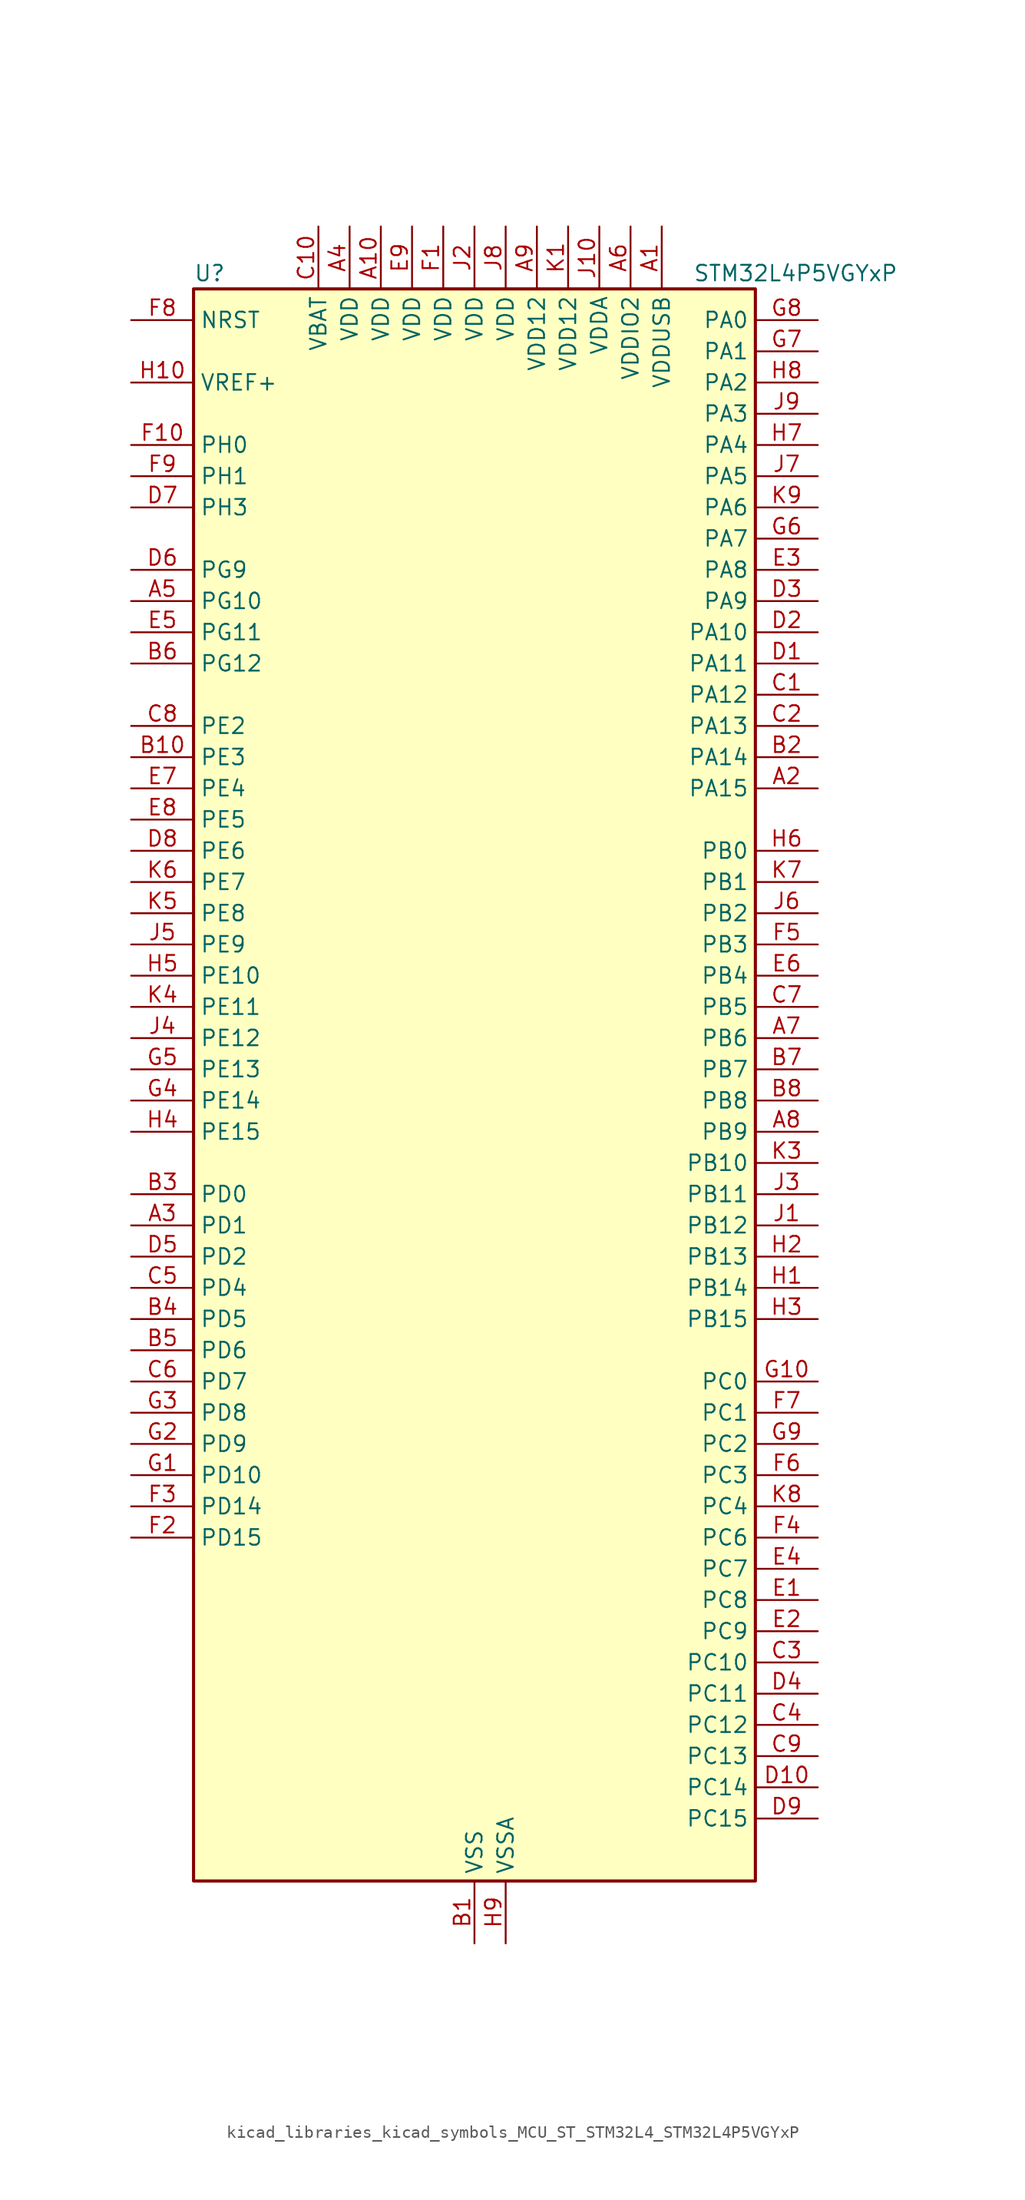
<source format=kicad_sym>
(kicad_symbol_lib
  (version 20220914)
  (generator kicad_symbol_editor)
  (symbol "kicad_libraries_kicad_symbols_MCU_ST_STM32L4_STM32L4P5VGYxP"
    (property "Reference" "U"
      (at -22.86 67.31 0)
      (effects (font (size 1.27 1.27)) (justify left)))
    (property "Value" "STM32L4P5VGYxP"
      (at 17.78 67.31 0)
      (effects (font (size 1.27 1.27)) (justify left)))
    (property "ki_locked" ""
      (at 0 0 0)
      (effects (font (size 1.27 1.27))))
    (symbol "kicad_libraries_kicad_symbols_MCU_ST_STM32L4_STM32L4P5VGYxP_0_1"
      (rectangle (start -22.86 -63.5) (end 22.86 66.04) (stroke (width 0.254) (type default)) (fill (type background))))
    (symbol "kicad_libraries_kicad_symbols_MCU_ST_STM32L4_STM32L4P5VGYxP_1_1"
      (pin power_in line (at 15.24 71.12 270) (length 5.08) (name "VDDUSB" (effects (font (size 1.27 1.27)))) (number "A1" (effects (font (size 1.27 1.27)))))
      (pin power_in line (at -7.62 71.12 270) (length 5.08) (name "VDD" (effects (font (size 1.27 1.27)))) (number "A10" (effects (font (size 1.27 1.27)))))
      (pin bidirectional line (at 27.94 25.4 180) (length 5.08) (name "PA15" (effects (font (size 1.27 1.27)))) (number "A2" (effects (font (size 1.27 1.27)))) (alternate "ADC1_EXTI15" bidirectional line) (alternate "ADC2_EXTI15" bidirectional line) (alternate "LTDC_HSYNC" bidirectional line) (alternate "SAI2_FS_B" bidirectional line) (alternate "SPI1_NSS" bidirectional line) (alternate "SPI3_NSS" bidirectional line) (alternate "SYS_JTDI" bidirectional line) (alternate "TIM2_CH1" bidirectional line) (alternate "TIM2_ETR" bidirectional line) (alternate "TSC_G3_IO1" bidirectional line) (alternate "UART4_DE" bidirectional line) (alternate "UART4_RTS" bidirectional line) (alternate "USART2_RX" bidirectional line) (alternate "USART3_DE" bidirectional line) (alternate "USART3_RTS" bidirectional line))
      (pin bidirectional line (at -27.94 -10.16 0) (length 5.08) (name "PD1" (effects (font (size 1.27 1.27)))) (number "A3" (effects (font (size 1.27 1.27)))) (alternate "CAN1_TX" bidirectional line) (alternate "FMC_D3" bidirectional line) (alternate "FMC_DA3" bidirectional line) (alternate "LTDC_B5" bidirectional line) (alternate "SPI2_SCK" bidirectional line))
      (pin power_in line (at -10.16 71.12 270) (length 5.08) (name "VDD" (effects (font (size 1.27 1.27)))) (number "A4" (effects (font (size 1.27 1.27)))))
      (pin bidirectional line (at -27.94 40.64 0) (length 5.08) (name "PG10" (effects (font (size 1.27 1.27)))) (number "A5" (effects (font (size 1.27 1.27)))) (alternate "FMC_NE3" bidirectional line) (alternate "LPTIM1_IN1" bidirectional line) (alternate "OCTOSPIM_P2_IO7" bidirectional line) (alternate "SAI2_FS_A" bidirectional line) (alternate "SDMMC2_D1" bidirectional line) (alternate "SPI3_MISO" bidirectional line) (alternate "TIM15_CH1" bidirectional line) (alternate "USART1_RX" bidirectional line))
      (pin power_in line (at 12.7 71.12 270) (length 5.08) (name "VDDIO2" (effects (font (size 1.27 1.27)))) (number "A6" (effects (font (size 1.27 1.27)))))
      (pin bidirectional line (at 27.94 5.08 180) (length 5.08) (name "PB6" (effects (font (size 1.27 1.27)))) (number "A7" (effects (font (size 1.27 1.27)))) (alternate "COMP2_INP" bidirectional line) (alternate "DCMI_D5" bidirectional line) (alternate "I2C1_SCL" bidirectional line) (alternate "I2C4_SCL" bidirectional line) (alternate "LPTIM1_ETR" bidirectional line) (alternate "LTDC_R6" bidirectional line) (alternate "PSSI_D5" bidirectional line) (alternate "SAI1_FS_B" bidirectional line) (alternate "TIM16_CH1N" bidirectional line) (alternate "TIM4_CH1" bidirectional line) (alternate "TIM8_BKIN2" bidirectional line) (alternate "TSC_G2_IO3" bidirectional line) (alternate "USART1_TX" bidirectional line))
      (pin bidirectional line (at 27.94 -2.54 180) (length 5.08) (name "PB9" (effects (font (size 1.27 1.27)))) (number "A8" (effects (font (size 1.27 1.27)))) (alternate "CAN1_TX" bidirectional line) (alternate "DAC1_EXTI9" bidirectional line) (alternate "DCMI_D7" bidirectional line) (alternate "I2C1_SDA" bidirectional line) (alternate "IR_OUT" bidirectional line) (alternate "PSSI_D7" bidirectional line) (alternate "SAI1_D2" bidirectional line) (alternate "SAI1_FS_A" bidirectional line) (alternate "SDMMC1_CDIR" bidirectional line) (alternate "SDMMC1_D5" bidirectional line) (alternate "SDMMC2_D5" bidirectional line) (alternate "SPI2_NSS" bidirectional line) (alternate "TIM17_CH1" bidirectional line) (alternate "TIM4_CH4" bidirectional line))
      (pin power_in line (at 5.08 71.12 270) (length 5.08) (name "VDD12" (effects (font (size 1.27 1.27)))) (number "A9" (effects (font (size 1.27 1.27)))))
      (pin power_in line (at 0 -68.58 90) (length 5.08) (name "VSS" (effects (font (size 1.27 1.27)))) (number "B1" (effects (font (size 1.27 1.27)))))
      (pin bidirectional line (at -27.94 27.94 0) (length 5.08) (name "PE3" (effects (font (size 1.27 1.27)))) (number "B10" (effects (font (size 1.27 1.27)))) (alternate "FMC_A19" bidirectional line) (alternate "LTDC_R6" bidirectional line) (alternate "OCTOSPIM_P1_DQS" bidirectional line) (alternate "SAI1_SD_B" bidirectional line) (alternate "SYS_TRACED0" bidirectional line) (alternate "TIM3_CH1" bidirectional line) (alternate "TSC_G7_IO2" bidirectional line))
      (pin bidirectional line (at 27.94 27.94 180) (length 5.08) (name "PA14" (effects (font (size 1.27 1.27)))) (number "B2" (effects (font (size 1.27 1.27)))) (alternate "I2C1_SMBA" bidirectional line) (alternate "I2C4_SMBA" bidirectional line) (alternate "LPTIM1_OUT" bidirectional line) (alternate "SAI1_FS_B" bidirectional line) (alternate "SYS_JTCK-SWCLK" bidirectional line) (alternate "USB_OTG_FS_SOF" bidirectional line))
      (pin bidirectional line (at -27.94 -7.62 0) (length 5.08) (name "PD0" (effects (font (size 1.27 1.27)))) (number "B3" (effects (font (size 1.27 1.27)))) (alternate "CAN1_RX" bidirectional line) (alternate "FMC_D2" bidirectional line) (alternate "FMC_DA2" bidirectional line) (alternate "LTDC_B4" bidirectional line) (alternate "SPI2_NSS" bidirectional line))
      (pin bidirectional line (at -27.94 -17.78 0) (length 5.08) (name "PD5" (effects (font (size 1.27 1.27)))) (number "B4" (effects (font (size 1.27 1.27)))) (alternate "FMC_NWE" bidirectional line) (alternate "OCTOSPIM_P1_IO5" bidirectional line) (alternate "USART2_TX" bidirectional line))
      (pin bidirectional line (at -27.94 -20.32 0) (length 5.08) (name "PD6" (effects (font (size 1.27 1.27)))) (number "B5" (effects (font (size 1.27 1.27)))) (alternate "DCMI_D10" bidirectional line) (alternate "DFSDM1_DATIN1" bidirectional line) (alternate "FMC_NWAIT" bidirectional line) (alternate "LTDC_DE" bidirectional line) (alternate "OCTOSPIM_P1_IO6" bidirectional line) (alternate "PSSI_D10" bidirectional line) (alternate "SAI1_D1" bidirectional line) (alternate "SAI1_SD_A" bidirectional line) (alternate "SDMMC2_CK" bidirectional line) (alternate "SPI3_MOSI" bidirectional line) (alternate "USART2_RX" bidirectional line))
      (pin bidirectional line (at -27.94 35.56 0) (length 5.08) (name "PG12" (effects (font (size 1.27 1.27)))) (number "B6" (effects (font (size 1.27 1.27)))) (alternate "FMC_NE4" bidirectional line) (alternate "LPTIM1_ETR" bidirectional line) (alternate "OCTOSPIM_P2_NCS" bidirectional line) (alternate "SAI2_SD_A" bidirectional line) (alternate "SDMMC2_D3" bidirectional line) (alternate "SPI3_NSS" bidirectional line) (alternate "USART1_DE" bidirectional line) (alternate "USART1_RTS" bidirectional line))
      (pin bidirectional line (at 27.94 2.54 180) (length 5.08) (name "PB7" (effects (font (size 1.27 1.27)))) (number "B7" (effects (font (size 1.27 1.27)))) (alternate "COMP2_INM" bidirectional line) (alternate "DCMI_VSYNC" bidirectional line) (alternate "FMC_NL" bidirectional line) (alternate "I2C1_SDA" bidirectional line) (alternate "I2C4_SDA" bidirectional line) (alternate "LPTIM1_IN2" bidirectional line) (alternate "LTDC_VSYNC" bidirectional line) (alternate "PSSI_RDY" bidirectional line) (alternate "SYS_PVD_IN" bidirectional line) (alternate "TIM17_CH1N" bidirectional line) (alternate "TIM4_CH2" bidirectional line) (alternate "TIM8_BKIN" bidirectional line) (alternate "TSC_G2_IO4" bidirectional line) (alternate "UART4_CTS" bidirectional line) (alternate "USART1_RX" bidirectional line))
      (pin bidirectional line (at 27.94 0 180) (length 5.08) (name "PB8" (effects (font (size 1.27 1.27)))) (number "B8" (effects (font (size 1.27 1.27)))) (alternate "CAN1_RX" bidirectional line) (alternate "DCMI_D6" bidirectional line) (alternate "DFSDM1_CKOUT" bidirectional line) (alternate "I2C1_SCL" bidirectional line) (alternate "LTDC_DE" bidirectional line) (alternate "PSSI_D6" bidirectional line) (alternate "SAI1_CK1" bidirectional line) (alternate "SAI1_MCLK_A" bidirectional line) (alternate "SDMMC1_CKIN" bidirectional line) (alternate "SDMMC1_D4" bidirectional line) (alternate "SDMMC2_D4" bidirectional line) (alternate "TIM16_CH1" bidirectional line) (alternate "TIM4_CH3" bidirectional line))
      (pin passive line (at 0 -68.58 90) (length 5.08) hide (name "VSS" (effects (font (size 1.27 1.27)))) (number "B9" (effects (font (size 1.27 1.27)))))
      (pin bidirectional line (at 27.94 33.02 180) (length 5.08) (name "PA12" (effects (font (size 1.27 1.27)))) (number "C1" (effects (font (size 1.27 1.27)))) (alternate "CAN1_TX" bidirectional line) (alternate "LTDC_VSYNC" bidirectional line) (alternate "OCTOSPIM_P2_NCS" bidirectional line) (alternate "SPI1_MOSI" bidirectional line) (alternate "TIM1_ETR" bidirectional line) (alternate "USART1_DE" bidirectional line) (alternate "USART1_RTS" bidirectional line) (alternate "USB_OTG_FS_DP" bidirectional line))
      (pin power_in line (at -12.7 71.12 270) (length 5.08) (name "VBAT" (effects (font (size 1.27 1.27)))) (number "C10" (effects (font (size 1.27 1.27)))))
      (pin bidirectional line (at 27.94 30.48 180) (length 5.08) (name "PA13" (effects (font (size 1.27 1.27)))) (number "C2" (effects (font (size 1.27 1.27)))) (alternate "IR_OUT" bidirectional line) (alternate "SAI1_SD_B" bidirectional line) (alternate "SYS_JTMS-SWDIO" bidirectional line) (alternate "USB_OTG_FS_NOE" bidirectional line))
      (pin bidirectional line (at 27.94 -45.72 180) (length 5.08) (name "PC10" (effects (font (size 1.27 1.27)))) (number "C3" (effects (font (size 1.27 1.27)))) (alternate "DCMI_D8" bidirectional line) (alternate "DCMI_VSYNC" bidirectional line) (alternate "PSSI_D8" bidirectional line) (alternate "PSSI_RDY" bidirectional line) (alternate "SAI2_SCK_B" bidirectional line) (alternate "SDMMC1_D2" bidirectional line) (alternate "SPI3_SCK" bidirectional line) (alternate "SYS_TRACED1" bidirectional line) (alternate "TSC_G3_IO2" bidirectional line) (alternate "UART4_TX" bidirectional line) (alternate "USART3_TX" bidirectional line))
      (pin bidirectional line (at 27.94 -50.8 180) (length 5.08) (name "PC12" (effects (font (size 1.27 1.27)))) (number "C4" (effects (font (size 1.27 1.27)))) (alternate "DCMI_D9" bidirectional line) (alternate "LTDC_R6" bidirectional line) (alternate "PSSI_D9" bidirectional line) (alternate "SAI2_SD_B" bidirectional line) (alternate "SDMMC1_CK" bidirectional line) (alternate "SPI3_MOSI" bidirectional line) (alternate "SYS_TRACED3" bidirectional line) (alternate "TSC_G3_IO4" bidirectional line) (alternate "UART5_TX" bidirectional line) (alternate "USART3_CK" bidirectional line))
      (pin bidirectional line (at -27.94 -15.24 0) (length 5.08) (name "PD4" (effects (font (size 1.27 1.27)))) (number "C5" (effects (font (size 1.27 1.27)))) (alternate "DFSDM1_CKIN0" bidirectional line) (alternate "FMC_NOE" bidirectional line) (alternate "OCTOSPIM_P1_IO4" bidirectional line) (alternate "SDMMC2_CKIN" bidirectional line) (alternate "SPI2_MOSI" bidirectional line) (alternate "USART2_DE" bidirectional line) (alternate "USART2_RTS" bidirectional line))
      (pin bidirectional line (at -27.94 -22.86 0) (length 5.08) (name "PD7" (effects (font (size 1.27 1.27)))) (number "C6" (effects (font (size 1.27 1.27)))) (alternate "DFSDM1_CKIN1" bidirectional line) (alternate "FMC_NCE" bidirectional line) (alternate "FMC_NE1" bidirectional line) (alternate "OCTOSPIM_P1_IO7" bidirectional line) (alternate "SDMMC2_CMD" bidirectional line) (alternate "USART2_CK" bidirectional line))
      (pin bidirectional line (at 27.94 7.62 180) (length 5.08) (name "PB5" (effects (font (size 1.27 1.27)))) (number "C7" (effects (font (size 1.27 1.27)))) (alternate "COMP2_OUT" bidirectional line) (alternate "DCMI_D10" bidirectional line) (alternate "I2C1_SMBA" bidirectional line) (alternate "LPTIM1_IN1" bidirectional line) (alternate "OCTOSPIM_P1_IO0" bidirectional line) (alternate "PSSI_D10" bidirectional line) (alternate "SAI1_SD_B" bidirectional line) (alternate "SPI1_MOSI" bidirectional line) (alternate "SPI3_MOSI" bidirectional line) (alternate "TIM16_BKIN" bidirectional line) (alternate "TIM3_CH2" bidirectional line) (alternate "TSC_G2_IO2" bidirectional line) (alternate "UART5_CTS" bidirectional line) (alternate "USART1_CK" bidirectional line))
      (pin bidirectional line (at -27.94 30.48 0) (length 5.08) (name "PE2" (effects (font (size 1.27 1.27)))) (number "C8" (effects (font (size 1.27 1.27)))) (alternate "FMC_A23" bidirectional line) (alternate "LTDC_R7" bidirectional line) (alternate "SAI1_CK1" bidirectional line) (alternate "SAI1_MCLK_A" bidirectional line) (alternate "SYS_TRACECLK" bidirectional line) (alternate "TIM3_ETR" bidirectional line) (alternate "TSC_G7_IO1" bidirectional line))
      (pin bidirectional line (at 27.94 -53.34 180) (length 5.08) (name "PC13" (effects (font (size 1.27 1.27)))) (number "C9" (effects (font (size 1.27 1.27)))) (alternate "RTC_OUT1" bidirectional line) (alternate "RTC_TAMP1" bidirectional line) (alternate "RTC_TS" bidirectional line) (alternate "SYS_WKUP2" bidirectional line))
      (pin bidirectional line (at 27.94 35.56 180) (length 5.08) (name "PA11" (effects (font (size 1.27 1.27)))) (number "D1" (effects (font (size 1.27 1.27)))) (alternate "ADC1_EXTI11" bidirectional line) (alternate "ADC2_EXTI11" bidirectional line) (alternate "CAN1_RX" bidirectional line) (alternate "LTDC_DE" bidirectional line) (alternate "SPI1_MISO" bidirectional line) (alternate "TIM1_BKIN2" bidirectional line) (alternate "TIM1_CH4" bidirectional line) (alternate "USART1_CTS" bidirectional line) (alternate "USART1_NSS" bidirectional line) (alternate "USB_OTG_FS_DM" bidirectional line))
      (pin bidirectional line (at 27.94 -55.88 180) (length 5.08) (name "PC14" (effects (font (size 1.27 1.27)))) (number "D10" (effects (font (size 1.27 1.27)))) (alternate "RCC_OSC32_IN" bidirectional line))
      (pin bidirectional line (at 27.94 38.1 180) (length 5.08) (name "PA10" (effects (font (size 1.27 1.27)))) (number "D2" (effects (font (size 1.27 1.27)))) (alternate "DCMI_D1" bidirectional line) (alternate "LTDC_G6" bidirectional line) (alternate "PSSI_D1" bidirectional line) (alternate "SAI1_D1" bidirectional line) (alternate "SAI1_SD_A" bidirectional line) (alternate "TIM17_BKIN" bidirectional line) (alternate "TIM1_CH3" bidirectional line) (alternate "USART1_RX" bidirectional line) (alternate "USB_OTG_FS_ID" bidirectional line))
      (pin bidirectional line (at 27.94 40.64 180) (length 5.08) (name "PA9" (effects (font (size 1.27 1.27)))) (number "D3" (effects (font (size 1.27 1.27)))) (alternate "DAC1_EXTI9" bidirectional line) (alternate "DCMI_D0" bidirectional line) (alternate "LTDC_G7" bidirectional line) (alternate "PSSI_D0" bidirectional line) (alternate "SAI1_FS_A" bidirectional line) (alternate "SPI2_SCK" bidirectional line) (alternate "TIM15_BKIN" bidirectional line) (alternate "TIM1_CH2" bidirectional line) (alternate "USART1_TX" bidirectional line) (alternate "USB_OTG_FS_VBUS" bidirectional line))
      (pin bidirectional line (at 27.94 -48.26 180) (length 5.08) (name "PC11" (effects (font (size 1.27 1.27)))) (number "D4" (effects (font (size 1.27 1.27)))) (alternate "ADC1_EXTI11" bidirectional line) (alternate "ADC2_EXTI11" bidirectional line) (alternate "DCMI_D2" bidirectional line) (alternate "DCMI_D4" bidirectional line) (alternate "OCTOSPIM_P1_NCS" bidirectional line) (alternate "PSSI_D2" bidirectional line) (alternate "PSSI_D4" bidirectional line) (alternate "SAI2_MCLK_B" bidirectional line) (alternate "SDMMC1_D3" bidirectional line) (alternate "SPI3_MISO" bidirectional line) (alternate "TSC_G3_IO3" bidirectional line) (alternate "UART4_RX" bidirectional line) (alternate "USART3_RX" bidirectional line))
      (pin bidirectional line (at -27.94 -12.7 0) (length 5.08) (name "PD2" (effects (font (size 1.27 1.27)))) (number "D5" (effects (font (size 1.27 1.27)))) (alternate "DCMI_D11" bidirectional line) (alternate "PSSI_D11" bidirectional line) (alternate "SDMMC1_CMD" bidirectional line) (alternate "SYS_TRACED2" bidirectional line) (alternate "TIM3_ETR" bidirectional line) (alternate "TSC_SYNC" bidirectional line) (alternate "UART5_RX" bidirectional line) (alternate "USART3_DE" bidirectional line) (alternate "USART3_RTS" bidirectional line))
      (pin bidirectional line (at -27.94 43.18 0) (length 5.08) (name "PG9" (effects (font (size 1.27 1.27)))) (number "D6" (effects (font (size 1.27 1.27)))) (alternate "DAC1_EXTI9" bidirectional line) (alternate "FMC_NCE" bidirectional line) (alternate "FMC_NE2" bidirectional line) (alternate "OCTOSPIM_P2_IO6" bidirectional line) (alternate "SAI2_SCK_A" bidirectional line) (alternate "SDMMC2_D0" bidirectional line) (alternate "SPI3_SCK" bidirectional line) (alternate "TIM15_CH1N" bidirectional line) (alternate "USART1_TX" bidirectional line))
      (pin bidirectional line (at -27.94 48.26 0) (length 5.08) (name "PH3" (effects (font (size 1.27 1.27)))) (number "D7" (effects (font (size 1.27 1.27)))))
      (pin bidirectional line (at -27.94 20.32 0) (length 5.08) (name "PE6" (effects (font (size 1.27 1.27)))) (number "D8" (effects (font (size 1.27 1.27)))) (alternate "DCMI_D7" bidirectional line) (alternate "FMC_A22" bidirectional line) (alternate "LTDC_G6" bidirectional line) (alternate "PSSI_D7" bidirectional line) (alternate "RTC_TAMP3" bidirectional line) (alternate "SAI1_D1" bidirectional line) (alternate "SAI1_SD_A" bidirectional line) (alternate "SYS_TRACED3" bidirectional line) (alternate "SYS_WKUP3" bidirectional line) (alternate "TIM3_CH4" bidirectional line))
      (pin bidirectional line (at 27.94 -58.42 180) (length 5.08) (name "PC15" (effects (font (size 1.27 1.27)))) (number "D9" (effects (font (size 1.27 1.27)))) (alternate "ADC1_EXTI15" bidirectional line) (alternate "ADC2_EXTI15" bidirectional line) (alternate "RCC_OSC32_OUT" bidirectional line))
      (pin bidirectional line (at 27.94 -40.64 180) (length 5.08) (name "PC8" (effects (font (size 1.27 1.27)))) (number "E1" (effects (font (size 1.27 1.27)))) (alternate "DCMI_D2" bidirectional line) (alternate "PSSI_D2" bidirectional line) (alternate "SDMMC1_D0" bidirectional line) (alternate "TIM3_CH3" bidirectional line) (alternate "TIM8_CH3" bidirectional line) (alternate "TSC_G4_IO3" bidirectional line))
      (pin passive line (at 0 -68.58 90) (length 5.08) hide (name "VSS" (effects (font (size 1.27 1.27)))) (number "E10" (effects (font (size 1.27 1.27)))))
      (pin bidirectional line (at 27.94 -43.18 180) (length 5.08) (name "PC9" (effects (font (size 1.27 1.27)))) (number "E2" (effects (font (size 1.27 1.27)))) (alternate "DAC1_EXTI9" bidirectional line) (alternate "DCMI_D3" bidirectional line) (alternate "I2C3_SDA" bidirectional line) (alternate "PSSI_D3" bidirectional line) (alternate "SAI2_EXTCLK" bidirectional line) (alternate "SDMMC1_D1" bidirectional line) (alternate "SYS_TRACED0" bidirectional line) (alternate "TIM3_CH4" bidirectional line) (alternate "TIM8_BKIN2" bidirectional line) (alternate "TIM8_CH4" bidirectional line) (alternate "TSC_G4_IO4" bidirectional line) (alternate "USB_OTG_FS_NOE" bidirectional line))
      (pin bidirectional line (at 27.94 43.18 180) (length 5.08) (name "PA8" (effects (font (size 1.27 1.27)))) (number "E3" (effects (font (size 1.27 1.27)))) (alternate "LPTIM2_OUT" bidirectional line) (alternate "LTDC_B7" bidirectional line) (alternate "RCC_MCO" bidirectional line) (alternate "SAI1_CK2" bidirectional line) (alternate "SAI1_SCK_A" bidirectional line) (alternate "TIM1_CH1" bidirectional line) (alternate "USART1_CK" bidirectional line) (alternate "USB_OTG_FS_SOF" bidirectional line))
      (pin bidirectional line (at 27.94 -38.1 180) (length 5.08) (name "PC7" (effects (font (size 1.27 1.27)))) (number "E4" (effects (font (size 1.27 1.27)))) (alternate "DCMI_D1" bidirectional line) (alternate "DFSDM1_DATIN3" bidirectional line) (alternate "LTDC_B6" bidirectional line) (alternate "PSSI_D1" bidirectional line) (alternate "SAI2_MCLK_B" bidirectional line) (alternate "SDMMC1_D123DIR" bidirectional line) (alternate "SDMMC1_D7" bidirectional line) (alternate "SDMMC2_D7" bidirectional line) (alternate "TIM3_CH2" bidirectional line) (alternate "TIM8_CH2" bidirectional line) (alternate "TSC_G4_IO2" bidirectional line))
      (pin bidirectional line (at -27.94 38.1 0) (length 5.08) (name "PG11" (effects (font (size 1.27 1.27)))) (number "E5" (effects (font (size 1.27 1.27)))) (alternate "ADC1_EXTI11" bidirectional line) (alternate "ADC2_EXTI11" bidirectional line) (alternate "LPTIM1_IN2" bidirectional line) (alternate "OCTOSPIM_P1_IO5" bidirectional line) (alternate "SAI2_MCLK_A" bidirectional line) (alternate "SDMMC2_D2" bidirectional line) (alternate "SPI3_MOSI" bidirectional line) (alternate "TIM15_CH2" bidirectional line) (alternate "USART1_CTS" bidirectional line) (alternate "USART1_NSS" bidirectional line))
      (pin bidirectional line (at 27.94 10.16 180) (length 5.08) (name "PB4" (effects (font (size 1.27 1.27)))) (number "E6" (effects (font (size 1.27 1.27)))) (alternate "COMP2_INP" bidirectional line) (alternate "DCMI_D12" bidirectional line) (alternate "I2C3_SDA" bidirectional line) (alternate "OCTOSPIM_P1_IO5" bidirectional line) (alternate "PSSI_D12" bidirectional line) (alternate "SAI1_MCLK_B" bidirectional line) (alternate "SDMMC2_D3" bidirectional line) (alternate "SPI1_MISO" bidirectional line) (alternate "SPI3_MISO" bidirectional line) (alternate "SYS_JTRST" bidirectional line) (alternate "TIM17_BKIN" bidirectional line) (alternate "TIM3_CH1" bidirectional line) (alternate "TSC_G2_IO1" bidirectional line) (alternate "UART5_DE" bidirectional line) (alternate "UART5_RTS" bidirectional line) (alternate "USART1_CTS" bidirectional line) (alternate "USART1_NSS" bidirectional line))
      (pin bidirectional line (at -27.94 25.4 0) (length 5.08) (name "PE4" (effects (font (size 1.27 1.27)))) (number "E7" (effects (font (size 1.27 1.27)))) (alternate "DCMI_D4" bidirectional line) (alternate "DFSDM1_DATIN3" bidirectional line) (alternate "FMC_A20" bidirectional line) (alternate "LTDC_B7" bidirectional line) (alternate "PSSI_D4" bidirectional line) (alternate "SAI1_D2" bidirectional line) (alternate "SAI1_FS_A" bidirectional line) (alternate "SYS_TRACED1" bidirectional line) (alternate "TIM3_CH2" bidirectional line) (alternate "TSC_G7_IO3" bidirectional line))
      (pin bidirectional line (at -27.94 22.86 0) (length 5.08) (name "PE5" (effects (font (size 1.27 1.27)))) (number "E8" (effects (font (size 1.27 1.27)))) (alternate "DCMI_D6" bidirectional line) (alternate "DFSDM1_CKIN3" bidirectional line) (alternate "FMC_A21" bidirectional line) (alternate "LTDC_G7" bidirectional line) (alternate "PSSI_D6" bidirectional line) (alternate "SAI1_CK2" bidirectional line) (alternate "SAI1_SCK_A" bidirectional line) (alternate "SYS_TRACED2" bidirectional line) (alternate "TIM3_CH3" bidirectional line) (alternate "TSC_G7_IO4" bidirectional line))
      (pin power_in line (at -5.08 71.12 270) (length 5.08) (name "VDD" (effects (font (size 1.27 1.27)))) (number "E9" (effects (font (size 1.27 1.27)))))
      (pin power_in line (at -2.54 71.12 270) (length 5.08) (name "VDD" (effects (font (size 1.27 1.27)))) (number "F1" (effects (font (size 1.27 1.27)))))
      (pin bidirectional line (at -27.94 53.34 0) (length 5.08) (name "PH0" (effects (font (size 1.27 1.27)))) (number "F10" (effects (font (size 1.27 1.27)))) (alternate "RCC_OSC_IN" bidirectional line))
      (pin bidirectional line (at -27.94 -35.56 0) (length 5.08) (name "PD15" (effects (font (size 1.27 1.27)))) (number "F2" (effects (font (size 1.27 1.27)))) (alternate "ADC1_EXTI15" bidirectional line) (alternate "ADC2_EXTI15" bidirectional line) (alternate "FMC_D1" bidirectional line) (alternate "FMC_DA1" bidirectional line) (alternate "LTDC_B3" bidirectional line) (alternate "TIM4_CH4" bidirectional line))
      (pin bidirectional line (at -27.94 -33.02 0) (length 5.08) (name "PD14" (effects (font (size 1.27 1.27)))) (number "F3" (effects (font (size 1.27 1.27)))) (alternate "FMC_D0" bidirectional line) (alternate "FMC_DA0" bidirectional line) (alternate "LTDC_B2" bidirectional line) (alternate "TIM4_CH3" bidirectional line))
      (pin bidirectional line (at 27.94 -35.56 180) (length 5.08) (name "PC6" (effects (font (size 1.27 1.27)))) (number "F4" (effects (font (size 1.27 1.27)))) (alternate "DCMI_D0" bidirectional line) (alternate "DFSDM1_CKIN3" bidirectional line) (alternate "LTDC_G7" bidirectional line) (alternate "PSSI_D0" bidirectional line) (alternate "SAI2_MCLK_A" bidirectional line) (alternate "SDMMC1_D0DIR" bidirectional line) (alternate "SDMMC1_D6" bidirectional line) (alternate "SDMMC2_D6" bidirectional line) (alternate "TIM3_CH1" bidirectional line) (alternate "TIM8_CH1" bidirectional line) (alternate "TSC_G4_IO1" bidirectional line))
      (pin bidirectional line (at 27.94 12.7 180) (length 5.08) (name "PB3" (effects (font (size 1.27 1.27)))) (number "F5" (effects (font (size 1.27 1.27)))) (alternate "COMP2_INM" bidirectional line) (alternate "CRS_SYNC" bidirectional line) (alternate "OCTOSPIM_P1_IO4" bidirectional line) (alternate "SAI1_SCK_B" bidirectional line) (alternate "SDMMC2_D2" bidirectional line) (alternate "SPI1_SCK" bidirectional line) (alternate "SPI3_SCK" bidirectional line) (alternate "SYS_JTDO-SWO" bidirectional line) (alternate "TIM2_CH2" bidirectional line) (alternate "USART1_DE" bidirectional line) (alternate "USART1_RTS" bidirectional line))
      (pin bidirectional line (at 27.94 -30.48 180) (length 5.08) (name "PC3" (effects (font (size 1.27 1.27)))) (number "F6" (effects (font (size 1.27 1.27)))) (alternate "ADC1_IN4" bidirectional line) (alternate "ADC2_IN4" bidirectional line) (alternate "LPTIM1_ETR" bidirectional line) (alternate "LPTIM2_ETR" bidirectional line) (alternate "OCTOSPIM_P1_IO6" bidirectional line) (alternate "SAI1_D1" bidirectional line) (alternate "SAI1_SD_A" bidirectional line) (alternate "SPI2_MOSI" bidirectional line))
      (pin bidirectional line (at 27.94 -25.4 180) (length 5.08) (name "PC1" (effects (font (size 1.27 1.27)))) (number "F7" (effects (font (size 1.27 1.27)))) (alternate "ADC1_IN2" bidirectional line) (alternate "ADC2_IN2" bidirectional line) (alternate "I2C3_SDA" bidirectional line) (alternate "LPTIM1_OUT" bidirectional line) (alternate "LPUART1_TX" bidirectional line) (alternate "OCTOSPIM_P1_IO4" bidirectional line) (alternate "SAI1_SD_A" bidirectional line) (alternate "SPI2_MOSI" bidirectional line) (alternate "SYS_TRACED0" bidirectional line))
      (pin input line (at -27.94 63.5 0) (length 5.08) (name "NRST" (effects (font (size 1.27 1.27)))) (number "F8" (effects (font (size 1.27 1.27)))))
      (pin bidirectional line (at -27.94 50.8 0) (length 5.08) (name "PH1" (effects (font (size 1.27 1.27)))) (number "F9" (effects (font (size 1.27 1.27)))) (alternate "RCC_OSC_OUT" bidirectional line))
      (pin bidirectional line (at -27.94 -30.48 0) (length 5.08) (name "PD10" (effects (font (size 1.27 1.27)))) (number "G1" (effects (font (size 1.27 1.27)))) (alternate "FMC_D15" bidirectional line) (alternate "FMC_DA15" bidirectional line) (alternate "LTDC_R5" bidirectional line) (alternate "SAI2_SCK_A" bidirectional line) (alternate "TSC_G6_IO1" bidirectional line) (alternate "USART3_CK" bidirectional line))
      (pin bidirectional line (at 27.94 -22.86 180) (length 5.08) (name "PC0" (effects (font (size 1.27 1.27)))) (number "G10" (effects (font (size 1.27 1.27)))) (alternate "ADC1_IN1" bidirectional line) (alternate "ADC2_IN1" bidirectional line) (alternate "I2C3_SCL" bidirectional line) (alternate "LPTIM1_IN1" bidirectional line) (alternate "LPTIM2_IN1" bidirectional line) (alternate "LPUART1_RX" bidirectional line) (alternate "LTDC_DE" bidirectional line) (alternate "SAI2_FS_A" bidirectional line) (alternate "SDMMC1_CMD" bidirectional line) (alternate "SDMMC2_CKIN" bidirectional line))
      (pin bidirectional line (at -27.94 -27.94 0) (length 5.08) (name "PD9" (effects (font (size 1.27 1.27)))) (number "G2" (effects (font (size 1.27 1.27)))) (alternate "DAC1_EXTI9" bidirectional line) (alternate "DCMI_PIXCLK" bidirectional line) (alternate "FMC_D14" bidirectional line) (alternate "FMC_DA14" bidirectional line) (alternate "LTDC_R4" bidirectional line) (alternate "PSSI_PDCK" bidirectional line) (alternate "SAI2_MCLK_A" bidirectional line) (alternate "USART3_RX" bidirectional line))
      (pin bidirectional line (at -27.94 -25.4 0) (length 5.08) (name "PD8" (effects (font (size 1.27 1.27)))) (number "G3" (effects (font (size 1.27 1.27)))) (alternate "DCMI_HSYNC" bidirectional line) (alternate "FMC_D13" bidirectional line) (alternate "FMC_DA13" bidirectional line) (alternate "LTDC_R3" bidirectional line) (alternate "PSSI_DE" bidirectional line) (alternate "USART3_TX" bidirectional line))
      (pin bidirectional line (at -27.94 0 0) (length 5.08) (name "PE14" (effects (font (size 1.27 1.27)))) (number "G4" (effects (font (size 1.27 1.27)))) (alternate "FMC_D11" bidirectional line) (alternate "FMC_DA11" bidirectional line) (alternate "LTDC_G7" bidirectional line) (alternate "OCTOSPIM_P1_IO2" bidirectional line) (alternate "SPI1_MISO" bidirectional line) (alternate "TIM1_BKIN2" bidirectional line) (alternate "TIM1_CH4" bidirectional line))
      (pin bidirectional line (at -27.94 2.54 0) (length 5.08) (name "PE13" (effects (font (size 1.27 1.27)))) (number "G5" (effects (font (size 1.27 1.27)))) (alternate "FMC_D10" bidirectional line) (alternate "FMC_DA10" bidirectional line) (alternate "LTDC_G6" bidirectional line) (alternate "OCTOSPIM_P1_IO1" bidirectional line) (alternate "SPI1_SCK" bidirectional line) (alternate "TIM1_CH3" bidirectional line) (alternate "TSC_G5_IO4" bidirectional line))
      (pin bidirectional line (at 27.94 45.72 180) (length 5.08) (name "PA7" (effects (font (size 1.27 1.27)))) (number "G6" (effects (font (size 1.27 1.27)))) (alternate "ADC1_IN12" bidirectional line) (alternate "ADC2_IN12" bidirectional line) (alternate "I2C3_SCL" bidirectional line) (alternate "OCTOSPIM_P1_IO2" bidirectional line) (alternate "OPAMP2_VINM" bidirectional line) (alternate "SPI1_MOSI" bidirectional line) (alternate "TIM17_CH1" bidirectional line) (alternate "TIM1_CH1N" bidirectional line) (alternate "TIM3_CH2" bidirectional line) (alternate "TIM8_CH1N" bidirectional line))
      (pin bidirectional line (at 27.94 60.96 180) (length 5.08) (name "PA1" (effects (font (size 1.27 1.27)))) (number "G7" (effects (font (size 1.27 1.27)))) (alternate "ADC1_IN6" bidirectional line) (alternate "ADC2_IN6" bidirectional line) (alternate "I2C1_SMBA" bidirectional line) (alternate "OCTOSPIM_P1_DQS" bidirectional line) (alternate "OPAMP1_VINM" bidirectional line) (alternate "SDMMC2_CMD" bidirectional line) (alternate "SPI1_SCK" bidirectional line) (alternate "TIM15_CH1N" bidirectional line) (alternate "TIM2_CH2" bidirectional line) (alternate "TIM5_CH2" bidirectional line) (alternate "UART4_RX" bidirectional line) (alternate "USART2_DE" bidirectional line) (alternate "USART2_RTS" bidirectional line))
      (pin bidirectional line (at 27.94 63.5 180) (length 5.08) (name "PA0" (effects (font (size 1.27 1.27)))) (number "G8" (effects (font (size 1.27 1.27)))) (alternate "ADC1_IN5" bidirectional line) (alternate "ADC2_IN5" bidirectional line) (alternate "OPAMP1_VINP" bidirectional line) (alternate "RTC_TAMP2" bidirectional line) (alternate "SAI1_EXTCLK" bidirectional line) (alternate "SYS_WKUP1" bidirectional line) (alternate "TIM2_CH1" bidirectional line) (alternate "TIM2_ETR" bidirectional line) (alternate "TIM5_CH1" bidirectional line) (alternate "TIM8_ETR" bidirectional line) (alternate "UART4_TX" bidirectional line) (alternate "USART2_CTS" bidirectional line) (alternate "USART2_NSS" bidirectional line))
      (pin bidirectional line (at 27.94 -27.94 180) (length 5.08) (name "PC2" (effects (font (size 1.27 1.27)))) (number "G9" (effects (font (size 1.27 1.27)))) (alternate "ADC1_IN3" bidirectional line) (alternate "ADC2_IN3" bidirectional line) (alternate "DFSDM1_CKOUT" bidirectional line) (alternate "LPTIM1_IN2" bidirectional line) (alternate "LTDC_HSYNC" bidirectional line) (alternate "OCTOSPIM_P1_IO5" bidirectional line) (alternate "SPI2_MISO" bidirectional line))
      (pin bidirectional line (at 27.94 -15.24 180) (length 5.08) (name "PB14" (effects (font (size 1.27 1.27)))) (number "H1" (effects (font (size 1.27 1.27)))) (alternate "DFSDM1_DATIN2" bidirectional line) (alternate "I2C2_SDA" bidirectional line) (alternate "OCTOSPIM_P1_IO6" bidirectional line) (alternate "SAI2_MCLK_A" bidirectional line) (alternate "SDMMC2_D0" bidirectional line) (alternate "SPI2_MISO" bidirectional line) (alternate "TIM15_CH1" bidirectional line) (alternate "TIM1_CH2N" bidirectional line) (alternate "TIM8_CH2N" bidirectional line) (alternate "TSC_G1_IO3" bidirectional line) (alternate "USART3_DE" bidirectional line) (alternate "USART3_RTS" bidirectional line))
      (pin input line (at -27.94 58.42 0) (length 5.08) (name "VREF+" (effects (font (size 1.27 1.27)))) (number "H10" (effects (font (size 1.27 1.27)))) (alternate "VREFBUF_OUT" bidirectional line))
      (pin bidirectional line (at 27.94 -12.7 180) (length 5.08) (name "PB13" (effects (font (size 1.27 1.27)))) (number "H2" (effects (font (size 1.27 1.27)))) (alternate "DFSDM1_CKIN1" bidirectional line) (alternate "I2C2_SCL" bidirectional line) (alternate "LPUART1_CTS" bidirectional line) (alternate "OCTOSPIM_P1_IO1" bidirectional line) (alternate "SAI2_SCK_A" bidirectional line) (alternate "SPI2_SCK" bidirectional line) (alternate "TIM15_CH1N" bidirectional line) (alternate "TIM1_CH1N" bidirectional line) (alternate "TSC_G1_IO2" bidirectional line) (alternate "USART3_CTS" bidirectional line) (alternate "USART3_NSS" bidirectional line))
      (pin bidirectional line (at 27.94 -17.78 180) (length 5.08) (name "PB15" (effects (font (size 1.27 1.27)))) (number "H3" (effects (font (size 1.27 1.27)))) (alternate "ADC1_EXTI15" bidirectional line) (alternate "ADC2_EXTI15" bidirectional line) (alternate "DFSDM1_CKIN2" bidirectional line) (alternate "OCTOSPIM_P1_IO7" bidirectional line) (alternate "RTC_REFIN" bidirectional line) (alternate "SAI2_SD_A" bidirectional line) (alternate "SDMMC2_D1" bidirectional line) (alternate "SPI2_MOSI" bidirectional line) (alternate "TIM15_CH2" bidirectional line) (alternate "TIM1_CH3N" bidirectional line) (alternate "TIM8_CH3N" bidirectional line) (alternate "TSC_G1_IO4" bidirectional line))
      (pin bidirectional line (at -27.94 -2.54 0) (length 5.08) (name "PE15" (effects (font (size 1.27 1.27)))) (number "H4" (effects (font (size 1.27 1.27)))) (alternate "ADC1_EXTI15" bidirectional line) (alternate "ADC2_EXTI15" bidirectional line) (alternate "FMC_D12" bidirectional line) (alternate "FMC_DA12" bidirectional line) (alternate "LTDC_R2" bidirectional line) (alternate "OCTOSPIM_P1_IO3" bidirectional line) (alternate "SPI1_MOSI" bidirectional line) (alternate "TIM1_BKIN" bidirectional line))
      (pin bidirectional line (at -27.94 10.16 0) (length 5.08) (name "PE10" (effects (font (size 1.27 1.27)))) (number "H5" (effects (font (size 1.27 1.27)))) (alternate "FMC_D7" bidirectional line) (alternate "FMC_DA7" bidirectional line) (alternate "LTDC_G3" bidirectional line) (alternate "OCTOSPIM_P1_CLK" bidirectional line) (alternate "SAI1_MCLK_B" bidirectional line) (alternate "TIM1_CH2N" bidirectional line) (alternate "TSC_G5_IO1" bidirectional line))
      (pin bidirectional line (at 27.94 20.32 180) (length 5.08) (name "PB0" (effects (font (size 1.27 1.27)))) (number "H6" (effects (font (size 1.27 1.27)))) (alternate "ADC1_IN15" bidirectional line) (alternate "ADC2_IN15" bidirectional line) (alternate "COMP1_OUT" bidirectional line) (alternate "LTDC_B6" bidirectional line) (alternate "OCTOSPIM_P1_IO1" bidirectional line) (alternate "OPAMP2_VOUT" bidirectional line) (alternate "SAI1_EXTCLK" bidirectional line) (alternate "SPI1_NSS" bidirectional line) (alternate "TIM1_CH2N" bidirectional line) (alternate "TIM3_CH3" bidirectional line) (alternate "TIM8_CH2N" bidirectional line) (alternate "USART3_CK" bidirectional line))
      (pin bidirectional line (at 27.94 53.34 180) (length 5.08) (name "PA4" (effects (font (size 1.27 1.27)))) (number "H7" (effects (font (size 1.27 1.27)))) (alternate "ADC1_IN9" bidirectional line) (alternate "ADC2_IN9" bidirectional line) (alternate "DAC1_OUT1" bidirectional line) (alternate "DCMI_HSYNC" bidirectional line) (alternate "LPTIM2_OUT" bidirectional line) (alternate "LTDC_CLK" bidirectional line) (alternate "OCTOSPIM_P1_NCS" bidirectional line) (alternate "PSSI_DE" bidirectional line) (alternate "SAI1_FS_B" bidirectional line) (alternate "SPI1_NSS" bidirectional line) (alternate "SPI3_NSS" bidirectional line) (alternate "USART2_CK" bidirectional line))
      (pin bidirectional line (at 27.94 58.42 180) (length 5.08) (name "PA2" (effects (font (size 1.27 1.27)))) (number "H8" (effects (font (size 1.27 1.27)))) (alternate "ADC1_IN7" bidirectional line) (alternate "ADC2_IN7" bidirectional line) (alternate "LPUART1_TX" bidirectional line) (alternate "OCTOSPIM_P1_NCS" bidirectional line) (alternate "RCC_LSCO" bidirectional line) (alternate "SAI2_EXTCLK" bidirectional line) (alternate "SYS_WKUP4" bidirectional line) (alternate "TIM15_CH1" bidirectional line) (alternate "TIM2_CH3" bidirectional line) (alternate "TIM5_CH3" bidirectional line) (alternate "USART2_TX" bidirectional line))
      (pin power_in line (at 2.54 -68.58 90) (length 5.08) (name "VSSA" (effects (font (size 1.27 1.27)))) (number "H9" (effects (font (size 1.27 1.27)))))
      (pin bidirectional line (at 27.94 -10.16 180) (length 5.08) (name "PB12" (effects (font (size 1.27 1.27)))) (number "J1" (effects (font (size 1.27 1.27)))) (alternate "DFSDM1_DATIN1" bidirectional line) (alternate "I2C2_SMBA" bidirectional line) (alternate "LPUART1_DE" bidirectional line) (alternate "LPUART1_RTS" bidirectional line) (alternate "OCTOSPIM_P1_NCLK" bidirectional line) (alternate "SAI2_FS_A" bidirectional line) (alternate "SDMMC2_CK" bidirectional line) (alternate "SPI2_NSS" bidirectional line) (alternate "TIM15_BKIN" bidirectional line) (alternate "TIM1_BKIN" bidirectional line) (alternate "TSC_G1_IO1" bidirectional line) (alternate "USART3_CK" bidirectional line))
      (pin power_in line (at 10.16 71.12 270) (length 5.08) (name "VDDA" (effects (font (size 1.27 1.27)))) (number "J10" (effects (font (size 1.27 1.27)))))
      (pin power_in line (at 0 71.12 270) (length 5.08) (name "VDD" (effects (font (size 1.27 1.27)))) (number "J2" (effects (font (size 1.27 1.27)))))
      (pin bidirectional line (at 27.94 -7.62 180) (length 5.08) (name "PB11" (effects (font (size 1.27 1.27)))) (number "J3" (effects (font (size 1.27 1.27)))) (alternate "ADC1_EXTI11" bidirectional line) (alternate "ADC2_EXTI11" bidirectional line) (alternate "COMP2_OUT" bidirectional line) (alternate "I2C2_SDA" bidirectional line) (alternate "I2C4_SDA" bidirectional line) (alternate "LPUART1_TX" bidirectional line) (alternate "LTDC_VSYNC" bidirectional line) (alternate "OCTOSPIM_P1_NCS" bidirectional line) (alternate "TIM2_CH4" bidirectional line) (alternate "USART3_RX" bidirectional line))
      (pin bidirectional line (at -27.94 5.08 0) (length 5.08) (name "PE12" (effects (font (size 1.27 1.27)))) (number "J4" (effects (font (size 1.27 1.27)))) (alternate "FMC_D9" bidirectional line) (alternate "FMC_DA9" bidirectional line) (alternate "LTDC_G5" bidirectional line) (alternate "OCTOSPIM_P1_IO0" bidirectional line) (alternate "SPI1_NSS" bidirectional line) (alternate "TIM1_CH3N" bidirectional line) (alternate "TSC_G5_IO3" bidirectional line))
      (pin bidirectional line (at -27.94 12.7 0) (length 5.08) (name "PE9" (effects (font (size 1.27 1.27)))) (number "J5" (effects (font (size 1.27 1.27)))) (alternate "DAC1_EXTI9" bidirectional line) (alternate "DFSDM1_CKOUT" bidirectional line) (alternate "FMC_D6" bidirectional line) (alternate "FMC_DA6" bidirectional line) (alternate "LTDC_G2" bidirectional line) (alternate "OCTOSPIM_P1_NCLK" bidirectional line) (alternate "SAI1_FS_B" bidirectional line) (alternate "TIM1_CH1" bidirectional line))
      (pin bidirectional line (at 27.94 15.24 180) (length 5.08) (name "PB2" (effects (font (size 1.27 1.27)))) (number "J6" (effects (font (size 1.27 1.27)))) (alternate "COMP1_INP" bidirectional line) (alternate "DFSDM1_CKIN0" bidirectional line) (alternate "I2C3_SMBA" bidirectional line) (alternate "LPTIM1_OUT" bidirectional line) (alternate "OCTOSPIM_P1_DQS" bidirectional line) (alternate "RTC_OUT2" bidirectional line))
      (pin bidirectional line (at 27.94 50.8 180) (length 5.08) (name "PA5" (effects (font (size 1.27 1.27)))) (number "J7" (effects (font (size 1.27 1.27)))) (alternate "ADC1_IN10" bidirectional line) (alternate "ADC2_IN10" bidirectional line) (alternate "DAC1_OUT2" bidirectional line) (alternate "LPTIM2_ETR" bidirectional line) (alternate "LTDC_R7" bidirectional line) (alternate "PSSI_D14" bidirectional line) (alternate "SPI1_SCK" bidirectional line) (alternate "TIM2_CH1" bidirectional line) (alternate "TIM2_ETR" bidirectional line) (alternate "TIM8_CH1N" bidirectional line))
      (pin power_in line (at 2.54 71.12 270) (length 5.08) (name "VDD" (effects (font (size 1.27 1.27)))) (number "J8" (effects (font (size 1.27 1.27)))))
      (pin bidirectional line (at 27.94 55.88 180) (length 5.08) (name "PA3" (effects (font (size 1.27 1.27)))) (number "J9" (effects (font (size 1.27 1.27)))) (alternate "ADC1_IN8" bidirectional line) (alternate "ADC2_IN8" bidirectional line) (alternate "LPUART1_RX" bidirectional line) (alternate "OCTOSPIM_P1_CLK" bidirectional line) (alternate "OPAMP1_VOUT" bidirectional line) (alternate "SAI1_CK1" bidirectional line) (alternate "SAI1_MCLK_A" bidirectional line) (alternate "TIM15_CH2" bidirectional line) (alternate "TIM2_CH4" bidirectional line) (alternate "TIM5_CH4" bidirectional line) (alternate "USART2_RX" bidirectional line))
      (pin power_in line (at 7.62 71.12 270) (length 5.08) (name "VDD12" (effects (font (size 1.27 1.27)))) (number "K1" (effects (font (size 1.27 1.27)))))
      (pin passive line (at 0 -68.58 90) (length 5.08) hide (name "VSS" (effects (font (size 1.27 1.27)))) (number "K10" (effects (font (size 1.27 1.27)))))
      (pin passive line (at 0 -68.58 90) (length 5.08) hide (name "VSS" (effects (font (size 1.27 1.27)))) (number "K2" (effects (font (size 1.27 1.27)))))
      (pin bidirectional line (at 27.94 -5.08 180) (length 5.08) (name "PB10" (effects (font (size 1.27 1.27)))) (number "K3" (effects (font (size 1.27 1.27)))) (alternate "COMP1_OUT" bidirectional line) (alternate "I2C2_SCL" bidirectional line) (alternate "I2C4_SCL" bidirectional line) (alternate "LPUART1_RX" bidirectional line) (alternate "OCTOSPIM_P1_CLK" bidirectional line) (alternate "OCTOSPIM_P1_IO3" bidirectional line) (alternate "SAI1_SCK_A" bidirectional line) (alternate "SPI2_SCK" bidirectional line) (alternate "TIM2_CH3" bidirectional line) (alternate "TSC_SYNC" bidirectional line) (alternate "USART3_TX" bidirectional line))
      (pin bidirectional line (at -27.94 7.62 0) (length 5.08) (name "PE11" (effects (font (size 1.27 1.27)))) (number "K4" (effects (font (size 1.27 1.27)))) (alternate "ADC1_EXTI11" bidirectional line) (alternate "ADC2_EXTI11" bidirectional line) (alternate "FMC_D8" bidirectional line) (alternate "FMC_DA8" bidirectional line) (alternate "LTDC_G4" bidirectional line) (alternate "OCTOSPIM_P1_NCS" bidirectional line) (alternate "TIM1_CH2" bidirectional line) (alternate "TSC_G5_IO2" bidirectional line))
      (pin bidirectional line (at -27.94 15.24 0) (length 5.08) (name "PE8" (effects (font (size 1.27 1.27)))) (number "K5" (effects (font (size 1.27 1.27)))) (alternate "DFSDM1_CKIN2" bidirectional line) (alternate "FMC_D5" bidirectional line) (alternate "FMC_DA5" bidirectional line) (alternate "LTDC_B7" bidirectional line) (alternate "SAI1_SCK_B" bidirectional line) (alternate "TIM1_CH1N" bidirectional line))
      (pin bidirectional line (at -27.94 17.78 0) (length 5.08) (name "PE7" (effects (font (size 1.27 1.27)))) (number "K6" (effects (font (size 1.27 1.27)))) (alternate "DFSDM1_DATIN2" bidirectional line) (alternate "FMC_D4" bidirectional line) (alternate "FMC_DA4" bidirectional line) (alternate "LTDC_B6" bidirectional line) (alternate "SAI1_SD_B" bidirectional line) (alternate "TIM1_ETR" bidirectional line))
      (pin bidirectional line (at 27.94 17.78 180) (length 5.08) (name "PB1" (effects (font (size 1.27 1.27)))) (number "K7" (effects (font (size 1.27 1.27)))) (alternate "ADC1_IN16" bidirectional line) (alternate "ADC2_IN16" bidirectional line) (alternate "COMP1_INM" bidirectional line) (alternate "DFSDM1_DATIN0" bidirectional line) (alternate "LPTIM2_IN1" bidirectional line) (alternate "LPUART1_DE" bidirectional line) (alternate "LPUART1_RTS" bidirectional line) (alternate "LTDC_G6" bidirectional line) (alternate "OCTOSPIM_P1_IO0" bidirectional line) (alternate "TIM1_CH3N" bidirectional line) (alternate "TIM3_CH4" bidirectional line) (alternate "TIM8_CH3N" bidirectional line) (alternate "USART3_DE" bidirectional line) (alternate "USART3_RTS" bidirectional line))
      (pin bidirectional line (at 27.94 -33.02 180) (length 5.08) (name "PC4" (effects (font (size 1.27 1.27)))) (number "K8" (effects (font (size 1.27 1.27)))) (alternate "ADC1_IN13" bidirectional line) (alternate "ADC2_IN13" bidirectional line) (alternate "COMP1_INM" bidirectional line) (alternate "OCTOSPIM_P1_IO7" bidirectional line) (alternate "OCTOSPIM_P2_NCS" bidirectional line) (alternate "USART3_TX" bidirectional line))
      (pin bidirectional line (at 27.94 48.26 180) (length 5.08) (name "PA6" (effects (font (size 1.27 1.27)))) (number "K9" (effects (font (size 1.27 1.27)))) (alternate "ADC1_IN11" bidirectional line) (alternate "ADC2_IN11" bidirectional line) (alternate "DCMI_PIXCLK" bidirectional line) (alternate "LPUART1_CTS" bidirectional line) (alternate "OCTOSPIM_P1_IO3" bidirectional line) (alternate "OPAMP2_VINP" bidirectional line) (alternate "PSSI_PDCK" bidirectional line) (alternate "SPI1_MISO" bidirectional line) (alternate "TIM16_CH1" bidirectional line) (alternate "TIM1_BKIN" bidirectional line) (alternate "TIM3_CH1" bidirectional line) (alternate "TIM8_BKIN" bidirectional line) (alternate "USART3_CTS" bidirectional line) (alternate "USART3_NSS" bidirectional line)))))
</source>
